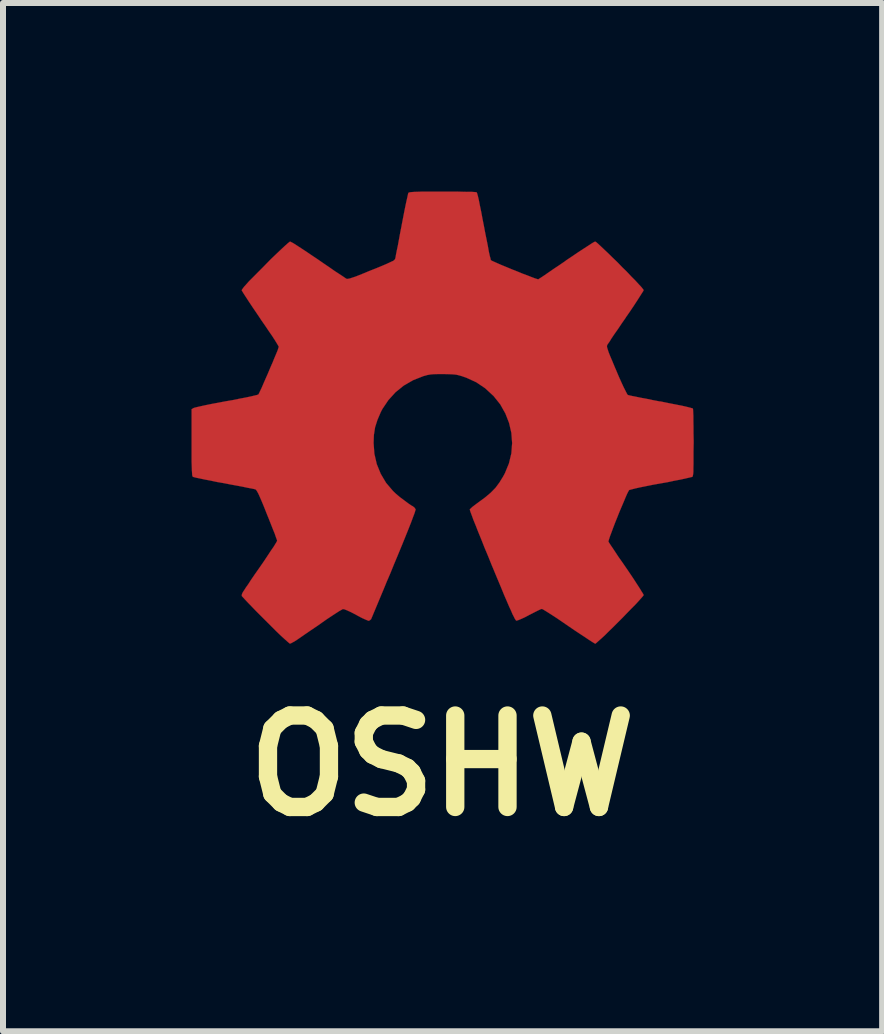
<source format=kicad_pcb>
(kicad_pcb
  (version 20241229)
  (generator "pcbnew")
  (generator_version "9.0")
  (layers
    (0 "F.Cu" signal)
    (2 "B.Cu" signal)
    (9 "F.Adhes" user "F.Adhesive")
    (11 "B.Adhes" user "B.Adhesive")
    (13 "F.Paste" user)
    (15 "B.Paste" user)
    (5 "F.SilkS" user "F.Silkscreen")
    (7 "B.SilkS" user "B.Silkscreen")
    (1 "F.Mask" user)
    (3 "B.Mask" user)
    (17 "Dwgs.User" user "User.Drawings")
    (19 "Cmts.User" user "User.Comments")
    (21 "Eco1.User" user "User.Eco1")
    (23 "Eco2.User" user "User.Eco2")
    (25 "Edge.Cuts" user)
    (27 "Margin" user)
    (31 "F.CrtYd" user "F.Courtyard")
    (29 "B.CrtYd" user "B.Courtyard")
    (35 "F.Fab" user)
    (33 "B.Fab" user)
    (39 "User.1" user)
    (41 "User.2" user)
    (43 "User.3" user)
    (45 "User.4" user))
  (footprint "OSHW"
    (layer "F.Cu")
    (at 4.319 3.994)
    (property "Reference" "OSHW" (at 0 5.715 0) (layer "F.SilkS") (effects (font (size 1.524 1.524) (thickness 0.305))))
    (attr through_hole)
    (fp_poly (pts (xy 4.191 0.333) (xy 4.188 0.475) (xy 4.188 0.592) (xy 4.188 0.686) (xy 4.186 0.759) (xy 4.186 0.815) (xy 4.183 0.853) (xy 4.178 0.881) (xy 4.173 0.897) (xy 4.171 0.902) (xy 4.153 0.907) (xy 4.11 0.917) (xy 4.046 0.932) (xy 3.962 0.95) (xy 3.866 0.968) (xy 3.759 0.991) (xy 3.645 1.011) (xy 3.515 1.034) (xy 3.401 1.057) (xy 3.302 1.077) (xy 3.221 1.095) (xy 3.162 1.11) (xy 3.124 1.12) (xy 3.114 1.125) (xy 3.104 1.143) (xy 3.084 1.181) (xy 3.058 1.24) (xy 3.028 1.313) (xy 2.992 1.397) (xy 2.954 1.486) (xy 2.918 1.577) (xy 2.88 1.671) (xy 2.847 1.758) (xy 2.819 1.834) (xy 2.794 1.9) (xy 2.779 1.948) (xy 2.771 1.976) (xy 2.771 1.981) (xy 2.779 1.996) (xy 2.802 2.032) (xy 2.84 2.088) (xy 2.885 2.156) (xy 2.939 2.238) (xy 3.002 2.327) (xy 3.068 2.423) (xy 3.134 2.52) (xy 3.195 2.611) (xy 3.249 2.695) (xy 3.294 2.764) (xy 3.327 2.819) (xy 3.35 2.855) (xy 3.358 2.873) (xy 3.348 2.888) (xy 3.32 2.921) (xy 3.277 2.969) (xy 3.223 3.028) (xy 3.157 3.094) (xy 3.086 3.167) (xy 3.01 3.246) (xy 2.931 3.325) (xy 2.855 3.401) (xy 2.779 3.475) (xy 2.713 3.541) (xy 2.652 3.597) (xy 2.603 3.64) (xy 2.57 3.67) (xy 2.553 3.683) (xy 2.55 3.683) (xy 2.535 3.675) (xy 2.499 3.653) (xy 2.443 3.617) (xy 2.375 3.571) (xy 2.294 3.518) (xy 2.202 3.457) (xy 2.108 3.393) (xy 2.012 3.327) (xy 1.92 3.264) (xy 1.839 3.211) (xy 1.77 3.167) (xy 1.714 3.132) (xy 1.679 3.111) (xy 1.661 3.104) (xy 1.641 3.109) (xy 1.603 3.127) (xy 1.547 3.155) (xy 1.483 3.188) (xy 1.453 3.203) (xy 1.382 3.241) (xy 1.321 3.269) (xy 1.273 3.289) (xy 1.242 3.299) (xy 1.237 3.299) (xy 1.229 3.294) (xy 1.222 3.284) (xy 1.209 3.264) (xy 1.194 3.233) (xy 1.173 3.193) (xy 1.148 3.134) (xy 1.115 3.063) (xy 1.077 2.974) (xy 1.031 2.868) (xy 0.978 2.738) (xy 0.914 2.586) (xy 0.841 2.41) (xy 0.828 2.38) (xy 0.767 2.228) (xy 0.706 2.083) (xy 0.653 1.948) (xy 0.602 1.824) (xy 0.559 1.714) (xy 0.521 1.621) (xy 0.493 1.544) (xy 0.472 1.488) (xy 0.462 1.455) (xy 0.46 1.445) (xy 0.475 1.43) (xy 0.505 1.402) (xy 0.551 1.367) (xy 0.597 1.333) (xy 0.714 1.247) (xy 0.81 1.166) (xy 0.889 1.085) (xy 0.955 0.996) (xy 1.016 0.897) (xy 1.046 0.841) (xy 1.113 0.678) (xy 1.153 0.511) (xy 1.166 0.34) (xy 1.153 0.17) (xy 1.115 0.005) (xy 1.054 -0.152) (xy 0.968 -0.305) (xy 0.856 -0.445) (xy 0.848 -0.452) (xy 0.716 -0.574) (xy 0.569 -0.673) (xy 0.404 -0.749) (xy 0.323 -0.777) (xy 0.277 -0.79) (xy 0.234 -0.8) (xy 0.185 -0.805) (xy 0.124 -0.808) (xy 0.048 -0.81) (xy 0.005 -0.81) (xy -0.079 -0.81) (xy -0.147 -0.808) (xy -0.198 -0.803) (xy -0.244 -0.795) (xy -0.29 -0.782) (xy -0.31 -0.777) (xy -0.483 -0.709) (xy -0.638 -0.62) (xy -0.777 -0.508) (xy -0.897 -0.376) (xy -0.996 -0.229) (xy -1.024 -0.175) (xy -1.079 -0.046) (xy -1.118 0.076) (xy -1.138 0.203) (xy -1.143 0.338) (xy -1.13 0.518) (xy -1.09 0.691) (xy -1.024 0.853) (xy -0.935 1.003) (xy -0.82 1.138) (xy -0.77 1.186) (xy -0.706 1.24) (xy -0.632 1.295) (xy -0.564 1.346) (xy -0.503 1.387) (xy -0.495 1.389) (xy -0.462 1.415) (xy -0.445 1.44) (xy -0.442 1.445) (xy -0.447 1.463) (xy -0.46 1.506) (xy -0.485 1.572) (xy -0.518 1.661) (xy -0.561 1.77) (xy -0.612 1.897) (xy -0.671 2.042) (xy -0.737 2.202) (xy -0.803 2.36) (xy -0.864 2.51) (xy -0.925 2.652) (xy -0.98 2.786) (xy -1.031 2.908) (xy -1.077 3.018) (xy -1.115 3.109) (xy -1.146 3.183) (xy -1.168 3.236) (xy -1.181 3.266) (xy -1.184 3.274) (xy -1.206 3.294) (xy -1.227 3.302) (xy -1.247 3.294) (xy -1.288 3.277) (xy -1.344 3.251) (xy -1.41 3.216) (xy -1.438 3.2) (xy -1.521 3.157) (xy -1.587 3.127) (xy -1.633 3.109) (xy -1.656 3.106) (xy -1.674 3.117) (xy -1.714 3.139) (xy -1.77 3.175) (xy -1.836 3.218) (xy -1.913 3.269) (xy -1.961 3.302) (xy -2.09 3.393) (xy -2.2 3.467) (xy -2.289 3.528) (xy -2.362 3.579) (xy -2.418 3.617) (xy -2.461 3.645) (xy -2.494 3.663) (xy -2.517 3.675) (xy -2.53 3.68) (xy -2.537 3.683) (xy -2.55 3.673) (xy -2.583 3.645) (xy -2.631 3.602) (xy -2.692 3.546) (xy -2.764 3.477) (xy -2.842 3.399) (xy -2.926 3.315) (xy -2.944 3.297) (xy -3.03 3.211) (xy -3.109 3.132) (xy -3.18 3.058) (xy -3.241 2.995) (xy -3.289 2.944) (xy -3.322 2.908) (xy -3.338 2.891) (xy -3.338 2.888) (xy -3.34 2.88) (xy -3.34 2.873) (xy -3.338 2.863) (xy -3.332 2.845) (xy -3.32 2.822) (xy -3.299 2.791) (xy -3.272 2.748) (xy -3.231 2.69) (xy -3.183 2.616) (xy -3.119 2.522) (xy -3.04 2.41) (xy -3.033 2.4) (xy -2.967 2.304) (xy -2.908 2.215) (xy -2.855 2.134) (xy -2.809 2.068) (xy -2.776 2.014) (xy -2.756 1.981) (xy -2.751 1.966) (xy -2.756 1.948) (xy -2.771 1.908) (xy -2.791 1.849) (xy -2.822 1.773) (xy -2.857 1.684) (xy -2.896 1.585) (xy -2.916 1.537) (xy -2.964 1.415) (xy -3.005 1.316) (xy -3.038 1.24) (xy -3.063 1.184) (xy -3.084 1.146) (xy -3.099 1.123) (xy -3.109 1.113) (xy -3.129 1.107) (xy -3.175 1.097) (xy -3.241 1.085) (xy -3.325 1.067) (xy -3.421 1.049) (xy -3.531 1.029) (xy -3.637 1.008) (xy -3.754 0.988) (xy -3.861 0.965) (xy -3.957 0.947) (xy -4.036 0.93) (xy -4.1 0.917) (xy -4.14 0.907) (xy -4.155 0.902) (xy -4.161 0.892) (xy -4.166 0.874) (xy -4.168 0.841) (xy -4.171 0.795) (xy -4.173 0.732) (xy -4.176 0.648) (xy -4.176 0.541) (xy -4.176 0.411) (xy -4.176 0.33) (xy -4.176 -0.224) (xy -4.143 -0.244) (xy -4.122 -0.251) (xy -4.077 -0.262) (xy -4.011 -0.277) (xy -3.927 -0.295) (xy -3.828 -0.315) (xy -3.719 -0.335) (xy -3.599 -0.358) (xy -3.597 -0.358) (xy -3.48 -0.378) (xy -3.371 -0.401) (xy -3.274 -0.419) (xy -3.19 -0.437) (xy -3.127 -0.452) (xy -3.084 -0.462) (xy -3.066 -0.47) (xy -3.063 -0.47) (xy -3.053 -0.488) (xy -3.035 -0.526) (xy -3.007 -0.584) (xy -2.977 -0.655) (xy -2.941 -0.737) (xy -2.903 -0.823) (xy -2.865 -0.914) (xy -2.827 -1.001) (xy -2.794 -1.082) (xy -2.764 -1.153) (xy -2.741 -1.209) (xy -2.728 -1.25) (xy -2.723 -1.265) (xy -2.731 -1.28) (xy -2.753 -1.318) (xy -2.786 -1.372) (xy -2.832 -1.443) (xy -2.888 -1.524) (xy -2.949 -1.615) (xy -3.018 -1.714) (xy -3.028 -1.73) (xy -3.096 -1.831) (xy -3.16 -1.925) (xy -3.216 -2.009) (xy -3.264 -2.083) (xy -3.302 -2.141) (xy -3.327 -2.182) (xy -3.34 -2.202) (xy -3.338 -2.215) (xy -3.325 -2.233) (xy -3.305 -2.261) (xy -3.269 -2.301) (xy -3.221 -2.355) (xy -3.155 -2.421) (xy -3.073 -2.504) (xy -2.974 -2.603) (xy -2.954 -2.624) (xy -2.855 -2.725) (xy -2.764 -2.812) (xy -2.687 -2.885) (xy -2.624 -2.944) (xy -2.576 -2.987) (xy -2.545 -3.012) (xy -2.535 -3.018) (xy -2.517 -3.01) (xy -2.479 -2.99) (xy -2.423 -2.954) (xy -2.352 -2.908) (xy -2.271 -2.855) (xy -2.177 -2.791) (xy -2.078 -2.725) (xy -2.068 -2.718) (xy -1.968 -2.649) (xy -1.875 -2.586) (xy -1.791 -2.527) (xy -1.717 -2.479) (xy -1.659 -2.441) (xy -1.618 -2.413) (xy -1.598 -2.4) (xy -1.585 -2.395) (xy -1.567 -2.398) (xy -1.539 -2.403) (xy -1.501 -2.416) (xy -1.448 -2.433) (xy -1.377 -2.461) (xy -1.283 -2.499) (xy -1.217 -2.527) (xy -1.1 -2.573) (xy -1.008 -2.611) (xy -0.935 -2.642) (xy -0.881 -2.667) (xy -0.843 -2.685) (xy -0.815 -2.697) (xy -0.8 -2.71) (xy -0.79 -2.72) (xy -0.785 -2.728) (xy -0.782 -2.736) (xy -0.777 -2.756) (xy -0.77 -2.799) (xy -0.757 -2.865) (xy -0.739 -2.949) (xy -0.721 -3.048) (xy -0.701 -3.157) (xy -0.678 -3.274) (xy -0.676 -3.287) (xy -0.653 -3.406) (xy -0.632 -3.515) (xy -0.612 -3.614) (xy -0.594 -3.698) (xy -0.579 -3.764) (xy -0.569 -3.81) (xy -0.564 -3.83) (xy -0.561 -3.83) (xy -0.554 -3.835) (xy -0.536 -3.84) (xy -0.508 -3.843) (xy -0.465 -3.846) (xy -0.404 -3.848) (xy -0.325 -3.851) (xy -0.226 -3.851) (xy -0.102 -3.851) (xy 0.005 -3.851) (xy 0.127 -3.851) (xy 0.241 -3.851) (xy 0.343 -3.848) (xy 0.432 -3.846) (xy 0.5 -3.846) (xy 0.549 -3.843) (xy 0.574 -3.84) (xy 0.582 -3.823) (xy 0.594 -3.78) (xy 0.61 -3.713) (xy 0.627 -3.625) (xy 0.65 -3.515) (xy 0.673 -3.391) (xy 0.696 -3.274) (xy 0.719 -3.152) (xy 0.742 -3.04) (xy 0.762 -2.939) (xy 0.777 -2.852) (xy 0.792 -2.784) (xy 0.805 -2.736) (xy 0.81 -2.71) (xy 0.813 -2.708) (xy 0.831 -2.697) (xy 0.869 -2.68) (xy 0.927 -2.654) (xy 0.996 -2.624) (xy 1.077 -2.591) (xy 1.163 -2.555) (xy 1.252 -2.52) (xy 1.339 -2.484) (xy 1.42 -2.454) (xy 1.491 -2.426) (xy 1.547 -2.405) (xy 1.585 -2.393) (xy 1.6 -2.388) (xy 1.615 -2.398) (xy 1.651 -2.421) (xy 1.704 -2.456) (xy 1.773 -2.504) (xy 1.854 -2.56) (xy 1.946 -2.621) (xy 2.047 -2.69) (xy 2.07 -2.708) (xy 2.172 -2.776) (xy 2.266 -2.84) (xy 2.352 -2.896) (xy 2.426 -2.944) (xy 2.484 -2.982) (xy 2.525 -3.007) (xy 2.548 -3.018) (xy 2.55 -3.018) (xy 2.565 -3.01) (xy 2.598 -2.982) (xy 2.644 -2.939) (xy 2.703 -2.883) (xy 2.771 -2.819) (xy 2.845 -2.746) (xy 2.924 -2.67) (xy 3 -2.591) (xy 3.078 -2.515) (xy 3.15 -2.438) (xy 3.216 -2.372) (xy 3.272 -2.311) (xy 3.317 -2.263) (xy 3.345 -2.228) (xy 3.358 -2.21) (xy 3.35 -2.192) (xy 3.327 -2.156) (xy 3.292 -2.101) (xy 3.246 -2.029) (xy 3.193 -1.948) (xy 3.132 -1.857) (xy 3.063 -1.758) (xy 3.061 -1.753) (xy 2.992 -1.654) (xy 2.929 -1.56) (xy 2.87 -1.476) (xy 2.822 -1.405) (xy 2.786 -1.346) (xy 2.758 -1.308) (xy 2.748 -1.288) (xy 2.746 -1.275) (xy 2.748 -1.255) (xy 2.758 -1.222) (xy 2.774 -1.173) (xy 2.799 -1.11) (xy 2.835 -1.026) (xy 2.878 -0.922) (xy 2.901 -0.869) (xy 2.946 -0.762) (xy 2.987 -0.671) (xy 3.025 -0.589) (xy 3.056 -0.528) (xy 3.078 -0.485) (xy 3.091 -0.465) (xy 3.094 -0.462) (xy 3.111 -0.457) (xy 3.155 -0.447) (xy 3.221 -0.434) (xy 3.302 -0.417) (xy 3.401 -0.399) (xy 3.51 -0.376) (xy 3.63 -0.353) (xy 3.642 -0.353) (xy 3.777 -0.325) (xy 3.896 -0.302) (xy 3.998 -0.282) (xy 4.077 -0.264) (xy 4.135 -0.249) (xy 4.171 -0.239) (xy 4.178 -0.236) (xy 4.181 -0.218) (xy 4.183 -0.175) (xy 4.186 -0.112) (xy 4.186 -0.028) (xy 4.188 0.071) (xy 4.188 0.18) (xy 4.191 0.302) (xy 4.191 0.333)) (stroke (width 0.003) (type solid)) (fill yes) (layer "F.Cu"))
    (fp_poly (pts (xy 4.331 0.493) (xy 4.331 0.63) (xy 4.331 0.742) (xy 4.328 0.831) (xy 4.328 0.902) (xy 4.326 0.955) (xy 4.323 0.993) (xy 4.321 1.021) (xy 4.315 1.036) (xy 4.31 1.041) (xy 4.293 1.049) (xy 4.249 1.059) (xy 4.186 1.074) (xy 4.105 1.09) (xy 4.008 1.11) (xy 3.899 1.13) (xy 3.785 1.153) (xy 3.658 1.176) (xy 3.543 1.199) (xy 3.444 1.219) (xy 3.363 1.237) (xy 3.302 1.25) (xy 3.266 1.26) (xy 3.256 1.265) (xy 3.246 1.283) (xy 3.226 1.321) (xy 3.2 1.379) (xy 3.17 1.448) (xy 3.137 1.524) (xy 3.104 1.608) (xy 3.071 1.689) (xy 3.04 1.765) (xy 3.015 1.834) (xy 2.995 1.89) (xy 2.982 1.928) (xy 2.979 1.943) (xy 2.987 1.956) (xy 3.01 1.991) (xy 3.045 2.045) (xy 3.091 2.111) (xy 3.145 2.189) (xy 3.203 2.276) (xy 3.241 2.329) (xy 3.498 2.705) (xy 3.498 2.873) (xy 3.498 3.04) (xy 3.106 3.432) (xy 2.715 3.823) (xy 2.55 3.823) (xy 2.388 3.823) (xy 2.017 3.569) (xy 1.648 3.315) (xy 1.529 3.378) (xy 1.412 3.444) (xy 1.24 3.439) (xy 1.067 3.434) (xy 0.688 2.525) (xy 0.31 1.615) (xy 0.31 1.471) (xy 0.31 1.407) (xy 0.312 1.354) (xy 0.315 1.318) (xy 0.318 1.306) (xy 0.333 1.288) (xy 0.366 1.26) (xy 0.411 1.224) (xy 0.455 1.194) (xy 0.572 1.107) (xy 0.668 1.026) (xy 0.747 0.945) (xy 0.813 0.859) (xy 0.871 0.759) (xy 0.909 0.686) (xy 0.968 0.554) (xy 1.001 0.434) (xy 1.008 0.325) (xy 1.003 0.257) (xy 0.958 0.091) (xy 0.886 -0.064) (xy 0.795 -0.208) (xy 0.678 -0.34) (xy 0.544 -0.455) (xy 0.394 -0.549) (xy 0.373 -0.559) (xy 0.267 -0.607) (xy 0.163 -0.64) (xy 0.064 -0.66) (xy 0.005 -0.665) (xy -0.102 -0.653) (xy -0.221 -0.62) (xy -0.345 -0.566) (xy -0.467 -0.495) (xy -0.582 -0.411) (xy -0.686 -0.318) (xy -0.752 -0.246) (xy -0.813 -0.157) (xy -0.874 -0.051) (xy -0.925 0.064) (xy -0.965 0.173) (xy -0.975 0.208) (xy -0.988 0.282) (xy -0.993 0.351) (xy -0.988 0.417) (xy -0.968 0.493) (xy -0.937 0.587) (xy -0.93 0.607) (xy -0.856 0.762) (xy -0.759 0.904) (xy -0.638 1.036) (xy -0.493 1.156) (xy -0.394 1.224) (xy -0.353 1.252) (xy -0.32 1.275) (xy -0.305 1.288) (xy -0.302 1.308) (xy -0.297 1.351) (xy -0.297 1.407) (xy -0.295 1.46) (xy -0.295 1.615) (xy -0.663 2.499) (xy -0.724 2.652) (xy -0.782 2.794) (xy -0.838 2.929) (xy -0.889 3.051) (xy -0.935 3.157) (xy -0.973 3.249) (xy -1.003 3.325) (xy -1.026 3.378) (xy -1.041 3.409) (xy -1.044 3.414) (xy -1.052 3.426) (xy -1.067 3.434) (xy -1.092 3.439) (xy -1.133 3.442) (xy -1.194 3.442) (xy -1.224 3.442) (xy -1.392 3.442) (xy -1.511 3.378) (xy -1.631 3.315) (xy -1.862 3.475) (xy -1.946 3.531) (xy -2.032 3.592) (xy -2.116 3.647) (xy -2.187 3.696) (xy -2.233 3.729) (xy -2.372 3.823) (xy -2.537 3.823) (xy -2.7 3.823) (xy -3.094 3.432) (xy -3.485 3.04) (xy -3.485 2.875) (xy -3.485 2.804) (xy -3.482 2.756) (xy -3.477 2.72) (xy -3.47 2.695) (xy -3.454 2.67) (xy -3.437 2.644) (xy -3.416 2.614) (xy -3.383 2.563) (xy -3.338 2.497) (xy -3.287 2.421) (xy -3.228 2.337) (xy -3.178 2.261) (xy -3.119 2.177) (xy -3.068 2.101) (xy -3.025 2.035) (xy -2.992 1.981) (xy -2.969 1.946) (xy -2.962 1.93) (xy -2.967 1.913) (xy -2.982 1.872) (xy -3.002 1.814) (xy -3.033 1.74) (xy -3.066 1.656) (xy -3.091 1.59) (xy -3.134 1.481) (xy -3.17 1.397) (xy -3.198 1.333) (xy -3.221 1.29) (xy -3.236 1.265) (xy -3.249 1.255) (xy -3.272 1.25) (xy -3.315 1.24) (xy -3.381 1.227) (xy -3.465 1.209) (xy -3.564 1.191) (xy -3.673 1.168) (xy -3.78 1.151) (xy -3.894 1.128) (xy -4.003 1.107) (xy -4.097 1.087) (xy -4.178 1.072) (xy -4.242 1.057) (xy -4.282 1.046) (xy -4.298 1.041) (xy -4.303 1.034) (xy -4.305 1.016) (xy -4.308 0.986) (xy -4.31 0.942) (xy -4.313 0.884) (xy -4.315 0.805) (xy -4.315 0.709) (xy -4.315 0.589) (xy -4.318 0.442) (xy -4.318 0.33) (xy -4.318 -0.366) (xy -4.285 -0.384) (xy -4.265 -0.391) (xy -4.219 -0.404) (xy -4.153 -0.417) (xy -4.069 -0.434) (xy -3.97 -0.455) (xy -3.858 -0.475) (xy -3.741 -0.498) (xy -3.739 -0.498) (xy -3.622 -0.521) (xy -3.513 -0.541) (xy -3.414 -0.561) (xy -3.332 -0.579) (xy -3.269 -0.592) (xy -3.226 -0.605) (xy -3.205 -0.61) (xy -3.195 -0.627) (xy -3.178 -0.665) (xy -3.152 -0.721) (xy -3.119 -0.79) (xy -3.086 -0.866) (xy -3.053 -0.945) (xy -3.018 -1.021) (xy -2.987 -1.092) (xy -2.962 -1.156) (xy -2.944 -1.201) (xy -2.934 -1.229) (xy -2.934 -1.232) (xy -2.941 -1.247) (xy -2.964 -1.283) (xy -2.997 -1.336) (xy -3.043 -1.405) (xy -3.096 -1.483) (xy -3.157 -1.572) (xy -3.208 -1.648) (xy -3.485 -2.05) (xy -3.485 -2.212) (xy -3.485 -2.375) (xy -3.094 -2.769) (xy -2.703 -3.16) (xy -2.535 -3.16) (xy -2.367 -3.16) (xy -2.012 -2.916) (xy -1.92 -2.855) (xy -1.834 -2.794) (xy -1.755 -2.741) (xy -1.689 -2.695) (xy -1.638 -2.659) (xy -1.605 -2.637) (xy -1.6 -2.634) (xy -1.542 -2.593) (xy -1.275 -2.703) (xy -1.171 -2.743) (xy -1.092 -2.776) (xy -1.031 -2.802) (xy -0.988 -2.822) (xy -0.96 -2.837) (xy -0.942 -2.85) (xy -0.93 -2.86) (xy -0.925 -2.873) (xy -0.925 -2.875) (xy -0.919 -2.896) (xy -0.909 -2.941) (xy -0.897 -3.005) (xy -0.881 -3.089) (xy -0.861 -3.188) (xy -0.841 -3.297) (xy -0.82 -3.416) (xy -0.818 -3.429) (xy -0.795 -3.546) (xy -0.772 -3.658) (xy -0.754 -3.757) (xy -0.737 -3.84) (xy -0.721 -3.907) (xy -0.711 -3.952) (xy -0.704 -3.973) (xy -0.696 -3.978) (xy -0.678 -3.98) (xy -0.653 -3.985) (xy -0.612 -3.988) (xy -0.556 -3.988) (xy -0.483 -3.99) (xy -0.391 -3.99) (xy -0.277 -3.993) (xy -0.137 -3.993) (xy 0.005 -3.993) (xy 0.142 -3.993) (xy 0.272 -3.99) (xy 0.389 -3.99) (xy 0.493 -3.988) (xy 0.582 -3.988) (xy 0.648 -3.985) (xy 0.693 -3.983) (xy 0.716 -3.98) (xy 0.724 -3.962) (xy 0.734 -3.922) (xy 0.749 -3.853) (xy 0.77 -3.767) (xy 0.79 -3.658) (xy 0.815 -3.531) (xy 0.833 -3.434) (xy 0.856 -3.315) (xy 0.876 -3.2) (xy 0.897 -3.099) (xy 0.912 -3.012) (xy 0.927 -2.944) (xy 0.937 -2.896) (xy 0.942 -2.87) (xy 0.955 -2.855) (xy 0.986 -2.837) (xy 1.031 -2.814) (xy 1.1 -2.784) (xy 1.189 -2.743) (xy 1.255 -2.718) (xy 1.351 -2.677) (xy 1.425 -2.649) (xy 1.478 -2.626) (xy 1.519 -2.614) (xy 1.544 -2.609) (xy 1.565 -2.606) (xy 1.577 -2.611) (xy 1.59 -2.616) (xy 1.593 -2.619) (xy 1.613 -2.631) (xy 1.654 -2.659) (xy 1.709 -2.7) (xy 1.783 -2.748) (xy 1.864 -2.804) (xy 1.956 -2.865) (xy 2.007 -2.901) (xy 2.383 -3.16) (xy 2.55 -3.16) (xy 2.715 -3.16) (xy 3.106 -2.769) (xy 3.498 -2.377) (xy 3.498 -2.21) (xy 3.498 -2.042) (xy 3.221 -1.641) (xy 2.944 -1.24) (xy 3.076 -0.927) (xy 3.117 -0.838) (xy 3.152 -0.757) (xy 3.185 -0.691) (xy 3.211 -0.64) (xy 3.228 -0.61) (xy 3.233 -0.605) (xy 3.254 -0.599) (xy 3.297 -0.589) (xy 3.36 -0.574) (xy 3.444 -0.559) (xy 3.543 -0.538) (xy 3.653 -0.518) (xy 3.769 -0.495) (xy 3.782 -0.493) (xy 3.919 -0.467) (xy 4.039 -0.445) (xy 4.138 -0.424) (xy 4.219 -0.406) (xy 4.277 -0.391) (xy 4.31 -0.381) (xy 4.318 -0.376) (xy 4.321 -0.361) (xy 4.323 -0.318) (xy 4.326 -0.251) (xy 4.328 -0.165) (xy 4.328 -0.064) (xy 4.331 0.051) (xy 4.331 0.178) (xy 4.331 0.315) (xy 4.331 0.333) (xy 4.331 0.493)) (stroke (width 0.003) (type solid)) (fill yes) (layer "F.Mask")))
  (gr_rect
    (start -3 -3)
    (end 11.651 14.136)
    (stroke (width 0.1) (type default))
    (fill no)
    (layer "Edge.Cuts")))
</source>
